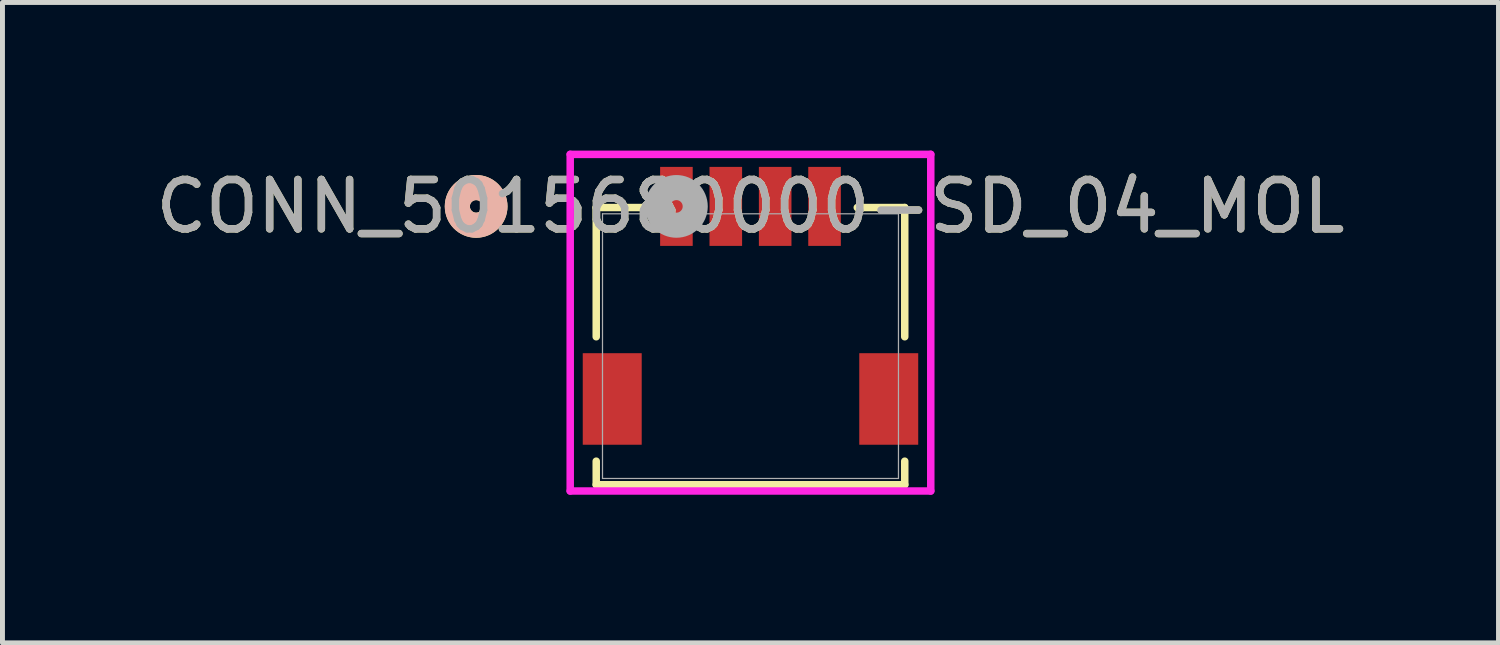
<source format=kicad_pcb>
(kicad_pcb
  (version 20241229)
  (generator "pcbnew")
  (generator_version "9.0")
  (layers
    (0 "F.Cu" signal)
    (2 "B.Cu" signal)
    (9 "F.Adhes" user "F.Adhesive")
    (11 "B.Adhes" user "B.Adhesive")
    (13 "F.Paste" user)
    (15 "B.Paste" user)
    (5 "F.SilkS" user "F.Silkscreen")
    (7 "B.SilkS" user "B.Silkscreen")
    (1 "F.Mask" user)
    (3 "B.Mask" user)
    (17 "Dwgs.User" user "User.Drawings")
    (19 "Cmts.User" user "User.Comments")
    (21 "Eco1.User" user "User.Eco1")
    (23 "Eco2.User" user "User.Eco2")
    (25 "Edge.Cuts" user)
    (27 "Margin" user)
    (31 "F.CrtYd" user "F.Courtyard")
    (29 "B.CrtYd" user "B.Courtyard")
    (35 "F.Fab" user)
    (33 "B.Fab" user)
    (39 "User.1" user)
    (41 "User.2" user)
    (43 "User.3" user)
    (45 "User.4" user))
  (footprint "CONN_5015680000-SD_04_MOL"
    (layer "F.Cu")
    (at 12.149 3.96)
    (property "Reference" "CONN_5015680000-SD_04_MOL" (at 0 -2.83 0) (unlocked yes) (layer "F.SilkS") (effects (font (size 1 1) (thickness 0.15))))
    (attr smd)
    (fp_line (start -3.124 -2.807) (end -3.124 -0.19) (stroke (width 0.152) (type solid)) (layer "F.SilkS"))
    (fp_line (start -3.124 2.33) (end -3.124 2.807) (stroke (width 0.152) (type solid)) (layer "F.SilkS"))
    (fp_line (start -3.124 2.807) (end 3.124 2.807) (stroke (width 0.152) (type solid)) (layer "F.SilkS"))
    (fp_line (start -2.163 -2.807) (end -3.124 -2.807) (stroke (width 0.152) (type solid)) (layer "F.SilkS"))
    (fp_line (start 3.124 -2.807) (end 2.163 -2.807) (stroke (width 0.152) (type solid)) (layer "F.SilkS"))
    (fp_line (start 3.124 -0.19) (end 3.124 -2.807) (stroke (width 0.152) (type solid)) (layer "F.SilkS"))
    (fp_line (start 3.124 2.807) (end 3.124 2.33) (stroke (width 0.152) (type solid)) (layer "F.SilkS"))
    (fp_circle (center -5.556 -2.83) (end -5.175 -2.83) (stroke (width 0.508) (type solid)) (fill no) (layer "F.SilkS"))
    (fp_circle (center -5.556 -2.83) (end -5.175 -2.83) (stroke (width 0.508) (type solid)) (fill no) (layer "B.SilkS"))
    (fp_line (start -3.651 -3.884) (end -3.651 2.934) (stroke (width 0.152) (type solid)) (layer "F.CrtYd"))
    (fp_line (start -3.651 2.934) (end 3.651 2.934) (stroke (width 0.152) (type solid)) (layer "F.CrtYd"))
    (fp_line (start 3.651 -3.884) (end -3.651 -3.884) (stroke (width 0.152) (type solid)) (layer "F.CrtYd"))
    (fp_line (start 3.651 2.934) (end 3.651 -3.884) (stroke (width 0.152) (type solid)) (layer "F.CrtYd"))
    (fp_line (start -2.997 -2.68) (end -2.997 2.68) (stroke (width 0.025) (type solid)) (layer "F.Fab"))
    (fp_line (start -2.997 2.68) (end 2.997 2.68) (stroke (width 0.025) (type solid)) (layer "F.Fab"))
    (fp_line (start 2.997 -2.68) (end -2.997 -2.68) (stroke (width 0.025) (type solid)) (layer "F.Fab"))
    (fp_line (start 2.997 2.68) (end 2.997 -2.68) (stroke (width 0.025) (type solid)) (layer "F.Fab"))
    (fp_circle (center -1.5 -2.83) (end -1.119 -2.83) (stroke (width 0.508) (type solid)) (fill no) (layer "F.Fab"))
    (fp_text user "${REFERENCE}" (at 0 -2.83 0) (unlocked yes) (layer "F.Fab") (effects (font (size 1 1) (thickness 0.15))))
    (pad "1" smd rect (at -1.5 -2.83) (size 0.66 1.6) (layers "F.Cu" "F.Mask" "F.Paste"))
    (pad "2" smd rect (at -0.5 -2.83) (size 0.66 1.6) (layers "F.Cu" "F.Mask" "F.Paste"))
    (pad "3" smd rect (at 0.5 -2.83) (size 0.66 1.6) (layers "F.Cu" "F.Mask" "F.Paste"))
    (pad "4" smd rect (at 1.5 -2.83) (size 0.66 1.6) (layers "F.Cu" "F.Mask" "F.Paste"))
    (pad "5" smd rect (at -2.8 1.07) (size 1.194 1.854) (layers "F.Cu" "F.Mask" "F.Paste"))
    (pad "6" smd rect (at 2.8 1.07) (size 1.194 1.854) (layers "F.Cu" "F.Mask" "F.Paste"))
    (zone (net_name "") (layer "F.Cu") (hatch full 0.508) (connect_pads) (min_thickness 0.254) (filled_areas_thickness no) (keepout (tracks not_allowed) (vias not_allowed) (pads allowed) (copperpour not_allowed) (footprints allowed)) (placement (enabled no)) (fill) (polygon (pts (xy 9.794 1.275) (xy 9.794 1.885) (xy 10.353 1.885) (xy 10.353 1.275))))
    (zone (net_name "") (layer "F.Cu") (hatch full 0.508) (connect_pads) (min_thickness 0.254) (filled_areas_thickness no) (keepout (tracks not_allowed) (vias not_allowed) (pads allowed) (copperpour not_allowed) (footprints allowed)) (placement (enabled no)) (fill) (polygon (pts (xy 9.799 1.875) (xy 9.799 4.136) (xy 14.498 4.136) (xy 14.498 1.875))))
    (zone (net_name "") (layer "F.Cu") (hatch full 0.508) (connect_pads) (min_thickness 0.254) (filled_areas_thickness no) (keepout (tracks not_allowed) (vias not_allowed) (pads allowed) (copperpour not_allowed) (footprints allowed)) (placement (enabled no)) (fill) (polygon (pts (xy 9.799 5.935) (xy 9.799 6.926) (xy 14.498 6.926) (xy 14.498 5.935))))
    (zone (net_name "") (layer "F.Cu") (hatch full 0.508) (connect_pads) (min_thickness 0.254) (filled_areas_thickness no) (keepout (tracks not_allowed) (vias not_allowed) (pads allowed) (copperpour not_allowed) (footprints allowed)) (placement (enabled no)) (fill) (polygon (pts (xy 9.799 5.935) (xy 9.799 6.926) (xy 14.498 6.926) (xy 14.498 5.935))))
    (zone (net_name "") (layer "F.Cu") (hatch full 0.508) (connect_pads) (min_thickness 0.254) (filled_areas_thickness no) (keepout (tracks not_allowed) (vias not_allowed) (pads allowed) (copperpour not_allowed) (footprints allowed)) (placement (enabled no)) (fill) (polygon (pts (xy 9.952 4.129) (xy 9.952 5.932) (xy 14.346 5.932) (xy 14.346 4.129))))
    (zone (net_name "") (layer "F.Cu") (hatch full 0.508) (connect_pads) (min_thickness 0.254) (filled_areas_thickness no) (keepout (tracks not_allowed) (vias not_allowed) (pads allowed) (copperpour not_allowed) (footprints allowed)) (placement (enabled no)) (fill) (polygon (pts (xy 10.946 1.275) (xy 10.946 1.885) (xy 11.352 1.885) (xy 11.352 1.275))))
    (zone (net_name "") (layer "F.Cu") (hatch full 0.508) (connect_pads) (min_thickness 0.254) (filled_areas_thickness no) (keepout (tracks not_allowed) (vias not_allowed) (pads allowed) (copperpour not_allowed) (footprints allowed)) (placement (enabled no)) (fill) (polygon (pts (xy 11.946 1.275) (xy 11.946 1.885) (xy 12.352 1.885) (xy 12.352 1.275))))
    (zone (net_name "") (layer "F.Cu") (hatch full 0.508) (connect_pads) (min_thickness 0.254) (filled_areas_thickness no) (keepout (tracks not_allowed) (vias not_allowed) (pads allowed) (copperpour not_allowed) (footprints allowed)) (placement (enabled no)) (fill) (polygon (pts (xy 12.946 1.275) (xy 12.946 1.885) (xy 13.352 1.885) (xy 13.352 1.275))))
    (zone (net_name "") (layer "F.Cu") (hatch full 0.508) (connect_pads) (min_thickness 0.254) (filled_areas_thickness no) (keepout (tracks not_allowed) (vias not_allowed) (pads allowed) (copperpour not_allowed) (footprints allowed)) (placement (enabled no)) (fill) (polygon (pts (xy 13.944 1.275) (xy 13.944 1.885) (xy 14.503 1.885) (xy 14.503 1.275)))))
  (gr_rect
    (start -3 -3)
    (end 27.298 9.97)
    (stroke (width 0.1) (type default))
    (fill no)
    (layer "Edge.Cuts")))
</source>
